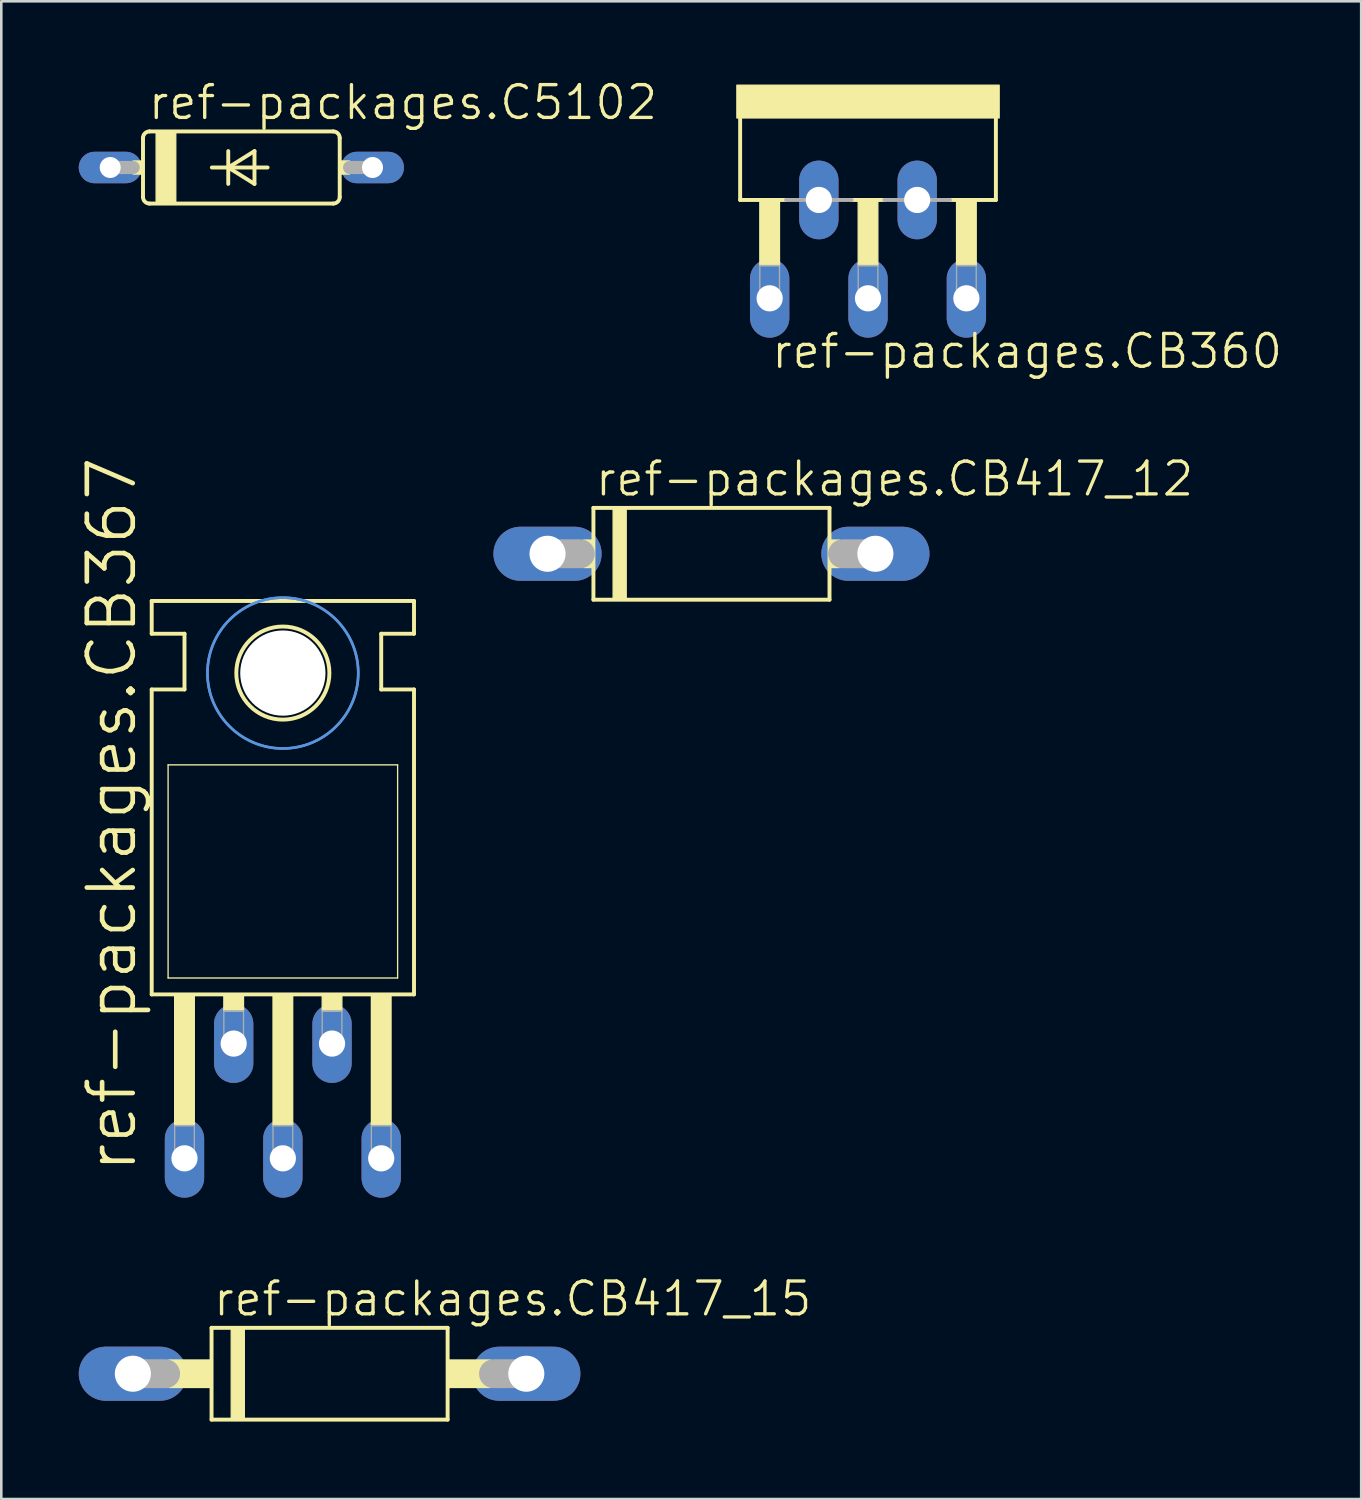
<source format=kicad_pcb>
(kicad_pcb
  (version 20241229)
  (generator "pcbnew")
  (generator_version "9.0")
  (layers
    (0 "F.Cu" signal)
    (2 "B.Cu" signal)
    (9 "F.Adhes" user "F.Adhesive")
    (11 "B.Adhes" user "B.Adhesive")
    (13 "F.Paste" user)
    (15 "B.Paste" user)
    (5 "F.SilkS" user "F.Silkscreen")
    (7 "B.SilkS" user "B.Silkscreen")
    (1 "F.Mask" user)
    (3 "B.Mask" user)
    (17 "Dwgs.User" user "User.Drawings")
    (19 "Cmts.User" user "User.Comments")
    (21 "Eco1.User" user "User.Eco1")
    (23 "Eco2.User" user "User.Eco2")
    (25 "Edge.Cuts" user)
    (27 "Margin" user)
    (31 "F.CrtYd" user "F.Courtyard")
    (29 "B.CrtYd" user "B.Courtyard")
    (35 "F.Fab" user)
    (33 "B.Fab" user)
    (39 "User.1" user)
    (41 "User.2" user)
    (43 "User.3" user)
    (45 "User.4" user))
  (footprint "ref-packages.CB367"
    (layer "F.Cu")
    (at 7.906 30.387)
    (property "Reference" "ref-packages.CB367" (at -5.588 12.065 90) (layer "F.SilkS") (effects (font (size 1.778 1.778) (thickness 0.18)) (justify left bottom)))
    (attr through_hole)
    (fp_line (start -5.08 -8.89) (end -5.08 -10.16) (stroke (width 0.152) (type default)) (layer "F.SilkS"))
    (fp_line (start -5.08 -6.731) (end -3.81 -6.731) (stroke (width 0.152) (type default)) (layer "F.SilkS"))
    (fp_line (start -5.08 5.08) (end -5.08 -6.731) (stroke (width 0.152) (type default)) (layer "F.SilkS"))
    (fp_line (start -5.08 5.08) (end 5.08 5.08) (stroke (width 0.152) (type default)) (layer "F.SilkS"))
    (fp_line (start -4.445 -3.81) (end 4.445 -3.81) (stroke (width 0.051) (type default)) (layer "F.SilkS"))
    (fp_line (start -4.445 4.445) (end -4.445 -3.81) (stroke (width 0.051) (type default)) (layer "F.SilkS"))
    (fp_line (start -3.81 -8.89) (end -5.08 -8.89) (stroke (width 0.152) (type default)) (layer "F.SilkS"))
    (fp_line (start -3.81 -6.731) (end -3.81 -8.89) (stroke (width 0.152) (type default)) (layer "F.SilkS"))
    (fp_line (start 3.81 -8.89) (end 5.08 -8.89) (stroke (width 0.152) (type default)) (layer "F.SilkS"))
    (fp_line (start 3.81 -6.731) (end 3.81 -8.89) (stroke (width 0.152) (type default)) (layer "F.SilkS"))
    (fp_line (start 4.445 -3.81) (end 4.445 4.445) (stroke (width 0.051) (type default)) (layer "F.SilkS"))
    (fp_line (start 4.445 4.445) (end -4.445 4.445) (stroke (width 0.051) (type default)) (layer "F.SilkS"))
    (fp_line (start 5.08 -10.16) (end -5.08 -10.16) (stroke (width 0.152) (type default)) (layer "F.SilkS"))
    (fp_line (start 5.08 -8.89) (end 5.08 -10.16) (stroke (width 0.152) (type default)) (layer "F.SilkS"))
    (fp_line (start 5.08 -6.731) (end 3.81 -6.731) (stroke (width 0.152) (type default)) (layer "F.SilkS"))
    (fp_line (start 5.08 5.08) (end 5.08 -6.731) (stroke (width 0.152) (type default)) (layer "F.SilkS"))
    (fp_rect (start -4.191 10.16) (end -3.429 5.08) (stroke (width 0.05) (type default)) (fill yes) (layer "F.SilkS"))
    (fp_rect (start -2.286 5.715) (end -1.524 5.08) (stroke (width 0.05) (type default)) (fill yes) (layer "F.SilkS"))
    (fp_rect (start -0.381 10.16) (end 0.381 5.08) (stroke (width 0.05) (type default)) (fill yes) (layer "F.SilkS"))
    (fp_rect (start 1.524 5.715) (end 2.286 5.08) (stroke (width 0.05) (type default)) (fill yes) (layer "F.SilkS"))
    (fp_rect (start 3.429 10.16) (end 4.191 5.08) (stroke (width 0.05) (type default)) (fill yes) (layer "F.SilkS"))
    (fp_circle (center 0 -7.366) (end 1.803 -7.366) (stroke (width 0.152) (type default)) (fill no) (layer "F.SilkS"))
    (fp_circle (center 0 -7.366) (end 2.921 -7.366) (stroke (width 0.1) (type default)) (fill no) (layer "Cmts.User"))
    (fp_circle (center 0 -7.366) (end 2.921 -7.366) (stroke (width 0.1) (type default)) (fill no) (layer "Cmts.User"))
    (fp_rect (start -4.191 11.303) (end -3.429 10.16) (stroke (width 0.05) (type default)) (fill no) (layer "F.Fab"))
    (fp_rect (start -2.286 6.858) (end -1.524 5.715) (stroke (width 0.05) (type default)) (fill no) (layer "F.Fab"))
    (fp_rect (start -0.381 11.303) (end 0.381 10.16) (stroke (width 0.05) (type default)) (fill no) (layer "F.Fab"))
    (fp_rect (start 1.524 6.858) (end 2.286 5.715) (stroke (width 0.05) (type default)) (fill no) (layer "F.Fab"))
    (fp_rect (start 3.429 11.303) (end 4.191 10.16) (stroke (width 0.05) (type default)) (fill no) (layer "F.Fab"))
    (pad "" np_thru_hole circle (at 0 -7.366) (size 3.302 3.302) (drill 3.302) (layers "*.Cu" "*.Mask"))
    (pad "1" thru_hole oval (at -3.81 11.43 90) (size 3.048 1.524) (drill 1.016) (layers "*.Cu" "*.Mask"))
    (pad "2" thru_hole oval (at -1.905 6.985 90) (size 3.048 1.524) (drill 1.016) (layers "*.Cu" "*.Mask"))
    (pad "3" thru_hole oval (at 0 11.43 90) (size 3.048 1.524) (drill 1.016) (layers "*.Cu" "*.Mask"))
    (pad "4" thru_hole oval (at 1.905 6.985 90) (size 3.048 1.524) (drill 1.016) (layers "*.Cu" "*.Mask"))
    (pad "5" thru_hole oval (at 3.81 11.43 90) (size 3.048 1.524) (drill 1.016) (layers "*.Cu" "*.Mask")))
  (footprint "ref-packages.C5102"
    (layer "F.Cu")
    (at 6.299 3.438)
    (property "Reference" "ref-packages.C5102" (at -3.683 -1.778 0) (layer "F.SilkS") (effects (font (size 1.27 1.27) (thickness 0.13)) (justify left bottom)))
    (attr through_hole)
    (fp_line (start -3.81 -1.143) (end -3.81 1.143) (stroke (width 0.152) (type default)) (layer "F.SilkS"))
    (fp_line (start -3.556 -1.397) (end 3.556 -1.397) (stroke (width 0.152) (type default)) (layer "F.SilkS"))
    (fp_line (start -3.556 1.397) (end 3.556 1.397) (stroke (width 0.152) (type default)) (layer "F.SilkS"))
    (fp_line (start -1.143 0) (end -0.508 0) (stroke (width 0.152) (type default)) (layer "F.SilkS"))
    (fp_line (start -0.508 -0.635) (end -0.508 0) (stroke (width 0.152) (type default)) (layer "F.SilkS"))
    (fp_line (start -0.508 0) (end -0.508 0.635) (stroke (width 0.152) (type default)) (layer "F.SilkS"))
    (fp_line (start -0.508 0) (end 0.508 -0.635) (stroke (width 0.152) (type default)) (layer "F.SilkS"))
    (fp_line (start -0.508 0) (end 1.016 0) (stroke (width 0.152) (type default)) (layer "F.SilkS"))
    (fp_line (start 0.508 -0.635) (end 0.508 0.635) (stroke (width 0.152) (type default)) (layer "F.SilkS"))
    (fp_line (start 0.508 0.635) (end -0.508 0) (stroke (width 0.152) (type default)) (layer "F.SilkS"))
    (fp_line (start 3.81 1.143) (end 3.81 -1.143) (stroke (width 0.152) (type default)) (layer "F.SilkS"))
    (fp_rect (start -4.191 0.254) (end -3.81 -0.254) (stroke (width 0.05) (type default)) (fill yes) (layer "F.SilkS"))
    (fp_rect (start -3.302 1.397) (end -2.54 -1.397) (stroke (width 0.05) (type default)) (fill yes) (layer "F.SilkS"))
    (fp_rect (start 3.81 0.254) (end 4.191 -0.254) (stroke (width 0.05) (type default)) (fill yes) (layer "F.SilkS"))
    (fp_arc (start -3.81 -1.143) (mid -3.735605 -1.322605) (end -3.556 -1.397) (stroke (width 0.1524) (type default)) (layer "F.SilkS"))
    (fp_arc (start -3.556 1.397) (mid -3.735605 1.322605) (end -3.81 1.143) (stroke (width 0.1524) (type default)) (layer "F.SilkS"))
    (fp_arc (start 3.556 -1.397) (mid 3.735605 -1.322605) (end 3.81 -1.143) (stroke (width 0.1524) (type default)) (layer "F.SilkS"))
    (fp_arc (start 3.81 1.143) (mid 3.735605 1.322605) (end 3.556 1.397) (stroke (width 0.1524) (type default)) (layer "F.SilkS"))
    (fp_line (start -5.08 0) (end -4.191 0) (stroke (width 0.508) (type default)) (layer "F.Fab"))
    (fp_line (start 5.08 0) (end 4.191 0) (stroke (width 0.508) (type default)) (layer "F.Fab"))
    (pad "A" thru_hole oval (at 5.08 0) (size 2.438 1.219) (drill 0.813) (layers "*.Cu" "*.Mask"))
    (pad "C" thru_hole oval (at -5.08 0) (size 2.438 1.219) (drill 0.813) (layers "*.Cu" "*.Mask")))
  (footprint "ref-packages.CB417_15"
    (layer "F.Cu")
    (at 9.716 50.16)
    (property "Reference" "ref-packages.CB417_15" (at -4.572 -2.159 0) (layer "F.SilkS") (effects (font (size 1.27 1.27) (thickness 0.13)) (justify left bottom)))
    (attr through_hole)
    (fp_line (start -4.572 1.778) (end -4.572 -1.778) (stroke (width 0.152) (type default)) (layer "F.SilkS"))
    (fp_line (start -4.572 1.778) (end 4.572 1.778) (stroke (width 0.152) (type default)) (layer "F.SilkS"))
    (fp_line (start 4.572 -1.778) (end -4.572 -1.778) (stroke (width 0.152) (type default)) (layer "F.SilkS"))
    (fp_line (start 4.572 -1.778) (end 4.572 1.778) (stroke (width 0.152) (type default)) (layer "F.SilkS"))
    (fp_rect (start -6.223 0.533) (end -4.572 -0.533) (stroke (width 0.05) (type default)) (fill yes) (layer "F.SilkS"))
    (fp_rect (start -3.81 1.778) (end -3.302 -1.778) (stroke (width 0.05) (type default)) (fill yes) (layer "F.SilkS"))
    (fp_rect (start 4.572 0.533) (end 6.223 -0.533) (stroke (width 0.05) (type default)) (fill yes) (layer "F.SilkS"))
    (fp_line (start -7.62 0) (end -6.35 0) (stroke (width 1.118) (type default)) (layer "F.Fab"))
    (fp_line (start 7.62 0) (end 6.35 0) (stroke (width 1.118) (type default)) (layer "F.Fab"))
    (pad "A" thru_hole oval (at 7.62 0) (size 4.191 2.095) (drill 1.397) (layers "*.Cu" "*.Mask"))
    (pad "C" thru_hole oval (at -7.62 0) (size 4.191 2.095) (drill 1.397) (layers "*.Cu" "*.Mask")))
  (footprint "ref-packages.CB360"
    (layer "F.Cu")
    (at 30.572 0.25)
    (property "Reference" "ref-packages.CB360" (at -3.81 11.049 0) (layer "F.SilkS") (effects (font (size 1.27 1.27) (thickness 0.13)) (justify left bottom)))
    (attr through_hole)
    (fp_line (start -4.953 1.27) (end -4.953 4.445) (stroke (width 0.152) (type default)) (layer "F.SilkS"))
    (fp_line (start -4.953 4.445) (end -3.175 4.445) (stroke (width 0.152) (type default)) (layer "F.SilkS"))
    (fp_line (start -0.635 4.445) (end 0.635 4.445) (stroke (width 0.152) (type default)) (layer "F.SilkS"))
    (fp_line (start 3.175 4.445) (end 4.953 4.445) (stroke (width 0.152) (type default)) (layer "F.SilkS"))
    (fp_line (start 4.953 4.445) (end 4.953 1.27) (stroke (width 0.152) (type default)) (layer "F.SilkS"))
    (fp_rect (start -5.08 1.27) (end 5.08 0) (stroke (width 0.05) (type default)) (fill yes) (layer "F.SilkS"))
    (fp_rect (start -4.191 6.985) (end -3.429 4.445) (stroke (width 0.05) (type default)) (fill yes) (layer "F.SilkS"))
    (fp_rect (start -0.381 6.985) (end 0.381 4.445) (stroke (width 0.05) (type default)) (fill yes) (layer "F.SilkS"))
    (fp_rect (start 3.429 6.985) (end 4.191 4.445) (stroke (width 0.05) (type default)) (fill yes) (layer "F.SilkS"))
    (fp_line (start -3.175 4.445) (end -0.635 4.445) (stroke (width 0.152) (type default)) (layer "F.Fab"))
    (fp_line (start 0.635 4.445) (end 3.175 4.445) (stroke (width 0.152) (type default)) (layer "F.Fab"))
    (fp_rect (start -4.191 8.382) (end -3.429 6.985) (stroke (width 0.05) (type default)) (fill no) (layer "F.Fab"))
    (fp_rect (start -0.381 8.382) (end 0.381 6.985) (stroke (width 0.05) (type default)) (fill no) (layer "F.Fab"))
    (fp_rect (start 3.429 8.382) (end 4.191 6.985) (stroke (width 0.05) (type default)) (fill no) (layer "F.Fab"))
    (pad "1" thru_hole oval (at -3.81 8.255 90) (size 3.048 1.524) (drill 1.016) (layers "*.Cu" "*.Mask"))
    (pad "2" thru_hole oval (at -1.905 4.445 90) (size 3.048 1.524) (drill 1.016) (layers "*.Cu" "*.Mask"))
    (pad "3" thru_hole oval (at 0 8.255 90) (size 3.048 1.524) (drill 1.016) (layers "*.Cu" "*.Mask"))
    (pad "4" thru_hole oval (at 1.905 4.445 90) (size 3.048 1.524) (drill 1.016) (layers "*.Cu" "*.Mask"))
    (pad "5" thru_hole oval (at 3.81 8.255 90) (size 3.048 1.524) (drill 1.016) (layers "*.Cu" "*.Mask")))
  (footprint "ref-packages.CB417_12"
    (layer "F.Cu")
    (at 24.508 18.4)
    (property "Reference" "ref-packages.CB417_12" (at -4.572 -2.159 0) (layer "F.SilkS") (effects (font (size 1.27 1.27) (thickness 0.13)) (justify left bottom)))
    (attr through_hole)
    (fp_line (start -4.572 1.778) (end -4.572 -1.778) (stroke (width 0.152) (type default)) (layer "F.SilkS"))
    (fp_line (start -4.572 1.778) (end 4.572 1.778) (stroke (width 0.152) (type default)) (layer "F.SilkS"))
    (fp_line (start 4.572 -1.778) (end -4.572 -1.778) (stroke (width 0.152) (type default)) (layer "F.SilkS"))
    (fp_line (start 4.572 -1.778) (end 4.572 1.778) (stroke (width 0.152) (type default)) (layer "F.SilkS"))
    (fp_rect (start -4.953 0.533) (end -4.572 -0.533) (stroke (width 0.05) (type default)) (fill yes) (layer "F.SilkS"))
    (fp_rect (start -3.81 1.778) (end -3.302 -1.778) (stroke (width 0.05) (type default)) (fill yes) (layer "F.SilkS"))
    (fp_rect (start 4.572 0.533) (end 4.953 -0.533) (stroke (width 0.05) (type default)) (fill yes) (layer "F.SilkS"))
    (fp_line (start -6.35 0) (end -5.08 0) (stroke (width 1.118) (type default)) (layer "F.Fab"))
    (fp_line (start 6.35 0) (end 5.08 0) (stroke (width 1.118) (type default)) (layer "F.Fab"))
    (pad "A" thru_hole oval (at 6.35 0) (size 4.191 2.095) (drill 1.397) (layers "*.Cu" "*.Mask"))
    (pad "C" thru_hole oval (at -6.35 0) (size 4.191 2.095) (drill 1.397) (layers "*.Cu" "*.Mask")))
  (gr_rect
    (start -3 -3)
    (end 49.674 55.014)
    (stroke (width 0.1) (type default))
    (fill no)
    (layer "Edge.Cuts")))
</source>
